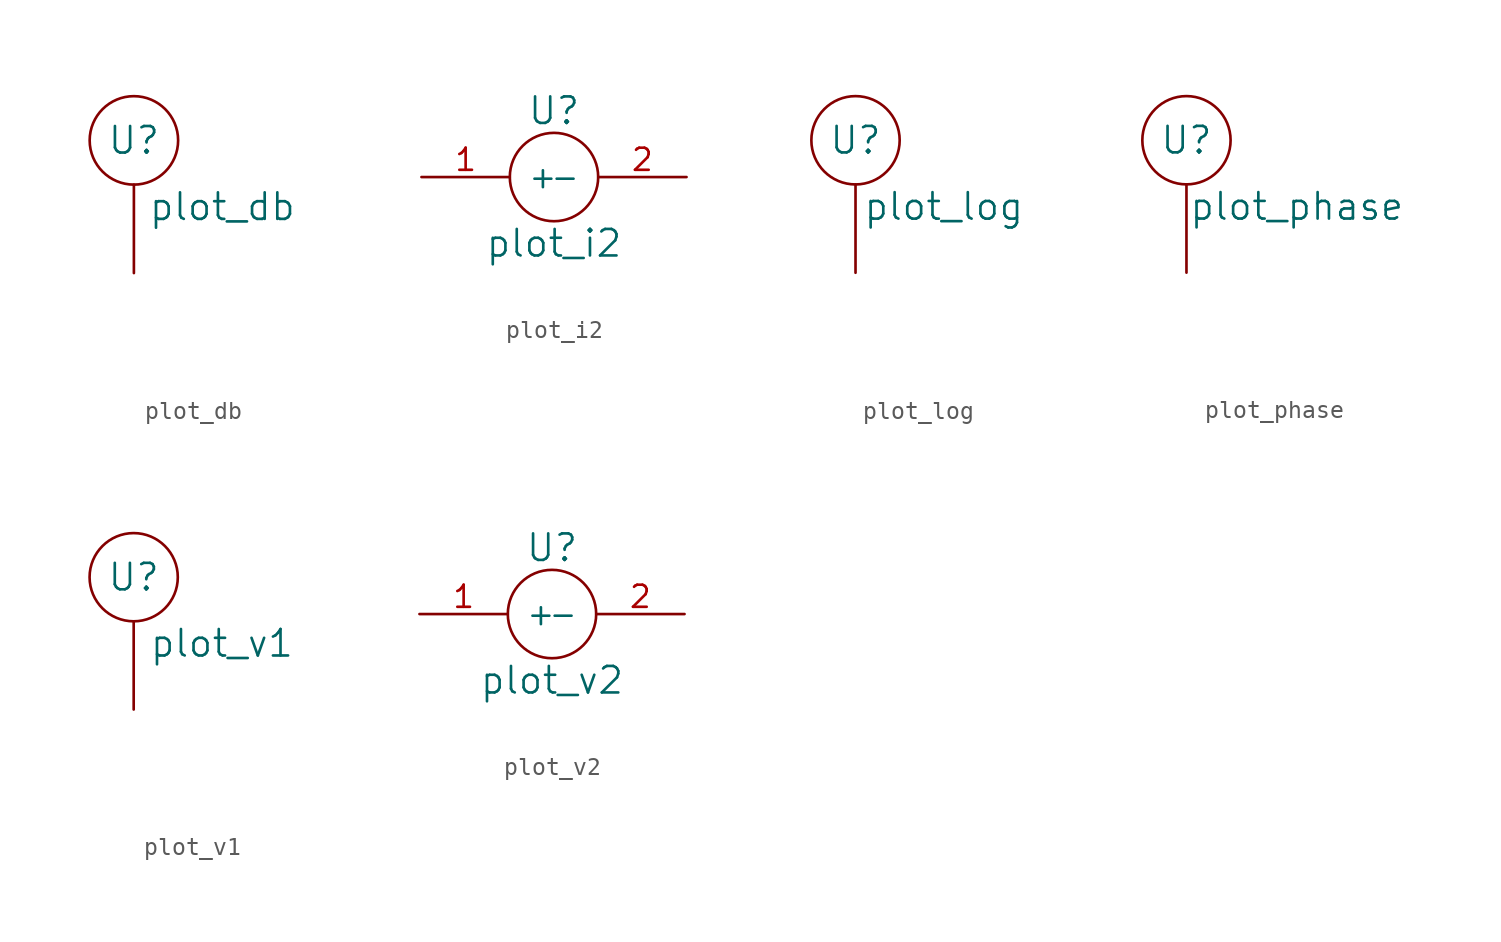
<source format=kicad_sym>
(kicad_symbol_lib
  (version 20211014)
  (generator kicad_symbol_editor)
  (symbol "plot_db"
    (pin_names
      (offset 1.016))
    (property "Reference" "U"
      (at 0 12.7 0)
      (effects (font (size 1.524 1.524))))
    (property "Value" "plot_db"
      (at 5.08 8.89 0)
      (effects (font (size 1.524 1.524))))
    (property "Footprint" ""
      (at 0 0 0)
      (effects (font (size 1.524 1.524))))
    (property "Datasheet" ""
      (at 0 0 0)
      (effects (font (size 1.524 1.524))))
    (symbol "plot_db_0_1"
      (circle (center 0 12.7) (radius 2.54) (stroke (width 0) (type default) (color 0 0 0 0)) (fill (type none))))
    (symbol "plot_db_1_1"
      (pin input line (at 0 5.08 90) (length 5.08) (name "~" (effects (font (size 1.27 1.27)))) (number "~" (effects (font (size 1.27 1.27)))))))
  (symbol "plot_i2"
    (pin_names
      (offset 1.016))
    (property "Reference" "U"
      (at 0 10.16 0)
      (effects (font (size 1.524 1.524))))
    (property "Value" "plot_i2"
      (at 0 2.54 0)
      (effects (font (size 1.524 1.524))))
    (property "Footprint" ""
      (at 0 0 0)
      (effects (font (size 1.524 1.524))))
    (property "Datasheet" ""
      (at 0 0 0)
      (effects (font (size 1.524 1.524))))
    (symbol "plot_i2_0_1"
      (circle (center 0 6.35) (radius 2.54) (stroke (width 0) (type default) (color 0 0 0 0)) (fill (type none))))
    (symbol "plot_i2_1_1"
      (pin input line (at -7.62 6.35 0) (length 5.08) (name "+" (effects (font (size 1.27 1.27)))) (number "1" (effects (font (size 1.27 1.27)))))
      (pin input line (at 7.62 6.35 180) (length 5.08) (name "-" (effects (font (size 1.27 1.27)))) (number "2" (effects (font (size 1.27 1.27)))))))
  (symbol "plot_log"
    (pin_names
      (offset 1.016))
    (property "Reference" "U"
      (at 0 12.7 0)
      (effects (font (size 1.524 1.524))))
    (property "Value" "plot_log"
      (at 5.08 8.89 0)
      (effects (font (size 1.524 1.524))))
    (property "Footprint" ""
      (at 0 0 0)
      (effects (font (size 1.524 1.524))))
    (property "Datasheet" ""
      (at 0 0 0)
      (effects (font (size 1.524 1.524))))
    (symbol "plot_log_0_1"
      (circle (center 0 12.7) (radius 2.54) (stroke (width 0) (type default) (color 0 0 0 0)) (fill (type none))))
    (symbol "plot_log_1_1"
      (pin input line (at 0 5.08 90) (length 5.08) (name "~" (effects (font (size 1.27 1.27)))) (number "~" (effects (font (size 1.27 1.27)))))))
  (symbol "plot_phase"
    (pin_names
      (offset 1.016))
    (property "Reference" "U"
      (at 0 12.7 0)
      (effects (font (size 1.524 1.524))))
    (property "Value" "plot_phase"
      (at 6.35 8.89 0)
      (effects (font (size 1.524 1.524))))
    (property "Footprint" ""
      (at 0 0 0)
      (effects (font (size 1.524 1.524))))
    (property "Datasheet" ""
      (at 0 0 0)
      (effects (font (size 1.524 1.524))))
    (symbol "plot_phase_0_1"
      (circle (center 0 12.7) (radius 2.54) (stroke (width 0) (type default) (color 0 0 0 0)) (fill (type none))))
    (symbol "plot_phase_1_1"
      (pin input line (at 0 5.08 90) (length 5.08) (name "~" (effects (font (size 1.27 1.27)))) (number "~" (effects (font (size 1.27 1.27)))))))
  (symbol "plot_v1"
    (pin_names
      (offset 1.016))
    (property "Reference" "U"
      (at 0 12.7 0)
      (effects (font (size 1.524 1.524))))
    (property "Value" "plot_v1"
      (at 5.08 8.89 0)
      (effects (font (size 1.524 1.524))))
    (property "Footprint" ""
      (at 0 0 0)
      (effects (font (size 1.524 1.524))))
    (property "Datasheet" ""
      (at 0 0 0)
      (effects (font (size 1.524 1.524))))
    (symbol "plot_v1_0_1"
      (circle (center 0 12.7) (radius 2.54) (stroke (width 0) (type default) (color 0 0 0 0)) (fill (type none))))
    (symbol "plot_v1_1_1"
      (pin input line (at 0 5.08 90) (length 5.08) (name "~" (effects (font (size 1.27 1.27)))) (number "~" (effects (font (size 1.27 1.27)))))))
  (symbol "plot_v2"
    (pin_names
      (offset 1.016))
    (property "Reference" "U"
      (at 0 10.16 0)
      (effects (font (size 1.524 1.524))))
    (property "Value" "plot_v2"
      (at 0 2.54 0)
      (effects (font (size 1.524 1.524))))
    (property "Footprint" ""
      (at 0 0 0)
      (effects (font (size 1.524 1.524))))
    (property "Datasheet" ""
      (at 0 0 0)
      (effects (font (size 1.524 1.524))))
    (symbol "plot_v2_0_1"
      (circle (center 0 6.35) (radius 2.54) (stroke (width 0) (type default) (color 0 0 0 0)) (fill (type none))))
    (symbol "plot_v2_1_1"
      (pin input line (at -7.62 6.35 0) (length 5.08) (name "+" (effects (font (size 1.27 1.27)))) (number "1" (effects (font (size 1.27 1.27)))))
      (pin input line (at 7.62 6.35 180) (length 5.08) (name "-" (effects (font (size 1.27 1.27)))) (number "2" (effects (font (size 1.27 1.27))))))))
</source>
